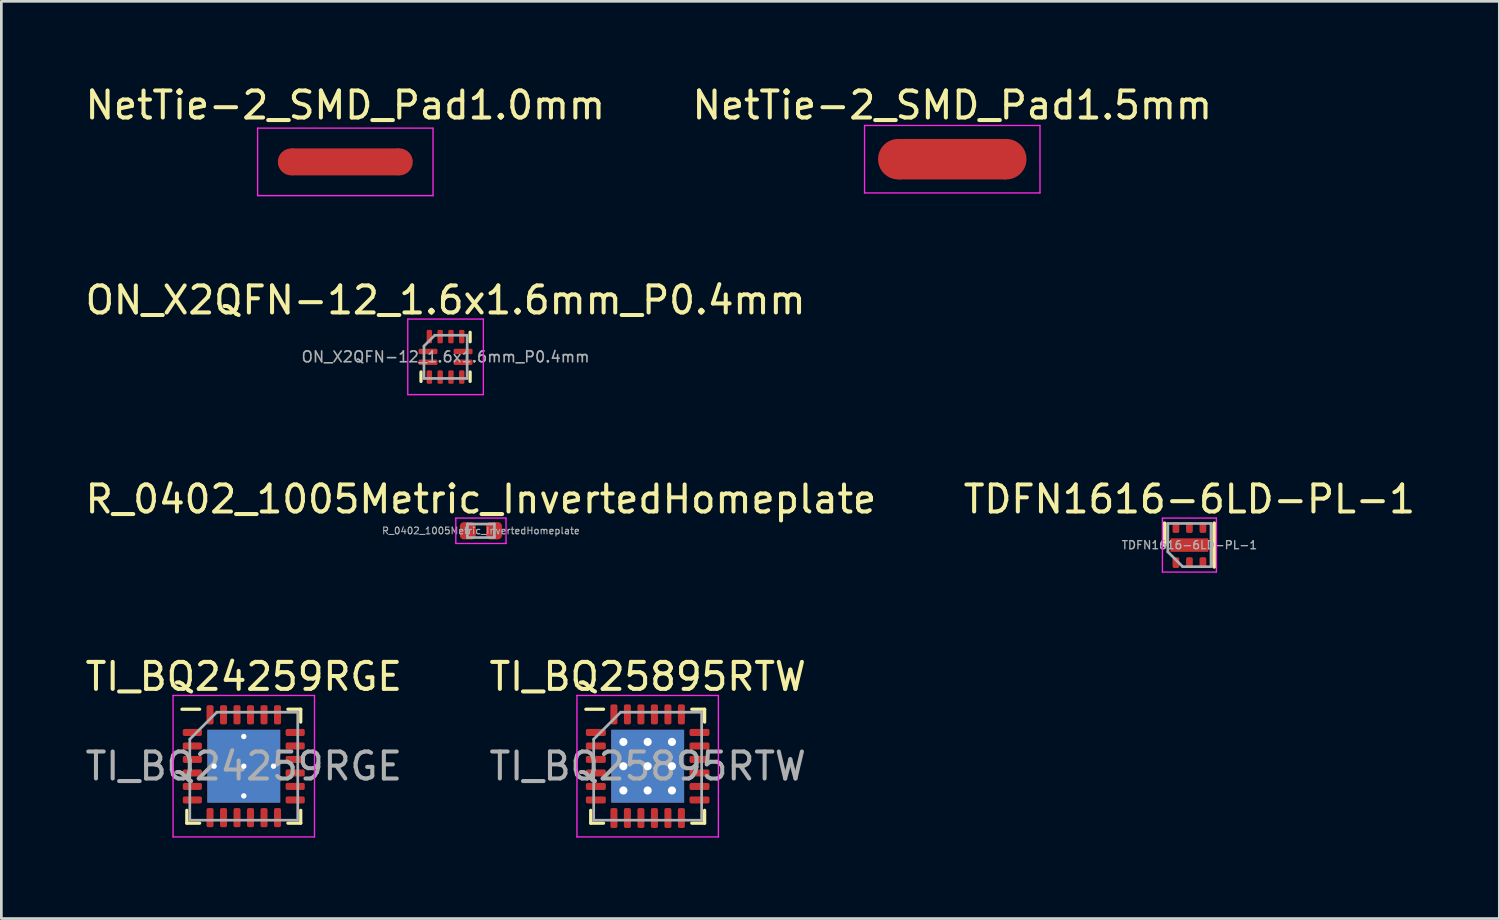
<source format=kicad_pcb>
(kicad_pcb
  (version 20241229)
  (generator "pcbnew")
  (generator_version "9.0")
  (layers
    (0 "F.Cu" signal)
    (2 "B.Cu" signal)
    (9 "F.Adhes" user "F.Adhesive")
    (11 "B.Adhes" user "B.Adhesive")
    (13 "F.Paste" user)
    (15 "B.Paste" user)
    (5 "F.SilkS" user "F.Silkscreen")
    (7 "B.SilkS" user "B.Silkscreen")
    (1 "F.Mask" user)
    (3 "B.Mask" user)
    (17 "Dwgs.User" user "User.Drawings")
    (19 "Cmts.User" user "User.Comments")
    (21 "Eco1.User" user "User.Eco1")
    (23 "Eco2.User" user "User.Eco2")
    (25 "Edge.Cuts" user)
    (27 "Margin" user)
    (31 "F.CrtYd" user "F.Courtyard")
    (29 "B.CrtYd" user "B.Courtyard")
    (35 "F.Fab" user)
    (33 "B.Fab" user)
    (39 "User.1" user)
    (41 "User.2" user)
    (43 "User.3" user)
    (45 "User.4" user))
  (footprint "R_0402_1005Metric_InvertedHomeplate"
    (layer "F.Cu")
    (at 14.768 16.615)
    (property "Reference" "R_0402_1005Metric_InvertedHomeplate" (at 0 -1.17 0) (layer "F.SilkS") (effects (font (size 1 1) (thickness 0.15))))
    (attr smd)
    (fp_line (start -0.93 -0.47) (end 0.93 -0.47) (stroke (width 0.05) (type solid)) (layer "F.CrtYd"))
    (fp_line (start -0.93 0.47) (end -0.93 -0.47) (stroke (width 0.05) (type solid)) (layer "F.CrtYd"))
    (fp_line (start 0.93 -0.47) (end 0.93 0.47) (stroke (width 0.05) (type solid)) (layer "F.CrtYd"))
    (fp_line (start 0.93 0.47) (end -0.93 0.47) (stroke (width 0.05) (type solid)) (layer "F.CrtYd"))
    (fp_line (start -0.5 -0.25) (end 0.5 -0.25) (stroke (width 0.1) (type solid)) (layer "F.Fab"))
    (fp_line (start -0.5 0.25) (end -0.5 -0.25) (stroke (width 0.1) (type solid)) (layer "F.Fab"))
    (fp_line (start 0.5 -0.25) (end 0.5 0.25) (stroke (width 0.1) (type solid)) (layer "F.Fab"))
    (fp_line (start 0.5 0.25) (end -0.5 0.25) (stroke (width 0.1) (type solid)) (layer "F.Fab"))
    (fp_text user "${REFERENCE}" (at 0 0 0) (layer "F.Fab") (effects (font (size 0.25 0.25) (thickness 0.04))))
    (pad "" smd custom (at -0.485 0) (size 0.1 0.1) (layers "F.Paste") (options (anchor rect)) (primitives (gr_poly (pts (xy 0.098 0) (xy 0.243 0.236) (xy 0.147 0.32) (xy -0.147 0.32) (xy -0.295 0.172) (xy -0.295 -0.172) (xy -0.147 -0.32) (xy 0.147 -0.32) (xy 0.243 -0.236)) (width 0) (fill yes)) (gr_arc (start 0.1475 -0.2768) (mid 0.178342 -0.272136) (end 0.206426 -0.258559) (width 0.0864)) (gr_arc (start 0.206426 0.258559) (mid 0.178342 0.272135) (end 0.1475 0.2768) (width 0.0864)) (gr_arc (start -0.2518 -0.1725) (mid -0.221251 -0.246251) (end -0.1475 -0.2768) (width 0.0864)) (gr_arc (start -0.1475 0.2768) (mid -0.221251 0.246251) (end -0.2518 0.1725) (width 0.0864))))
    (pad "" smd custom (at 0.485 0 180) (size 0.1 0.1) (layers "F.Paste") (options (anchor rect)) (primitives (gr_poly (pts (xy 0.098 0) (xy 0.243 0.236) (xy 0.147 0.32) (xy -0.147 0.32) (xy -0.295 0.172) (xy -0.295 -0.172) (xy -0.147 -0.32) (xy 0.147 -0.32) (xy 0.243 -0.236)) (width 0) (fill yes)) (gr_arc (start 0.1475 -0.2768) (mid 0.178342 -0.272136) (end 0.206426 -0.258559) (width 0.0864)) (gr_arc (start 0.206426 0.258559) (mid 0.178342 0.272135) (end 0.1475 0.2768) (width 0.0864)) (gr_arc (start -0.2518 -0.1725) (mid -0.221251 -0.246251) (end -0.1475 -0.2768) (width 0.0864)) (gr_arc (start -0.1475 0.2768) (mid -0.221251 0.246251) (end -0.2518 0.1725) (width 0.0864))))
    (pad "1" smd roundrect (at -0.485 0) (size 0.59 0.64) (layers "F.Cu" "F.Mask") (roundrect_rratio 0.25))
    (pad "2" smd roundrect (at 0.485 0) (size 0.59 0.64) (layers "F.Cu" "F.Mask") (roundrect_rratio 0.25)))
  (footprint "NetTie-2_SMD_Pad1.5mm"
    (layer "F.Cu")
    (at 32.232 2.848)
    (property "Reference" "NetTie-2_SMD_Pad1.5mm" (at 0 -2 0) (layer "F.SilkS") (effects (font (size 1 1) (thickness 0.15))))
    (attr exclude_from_pos_files exclude_from_bom)
    (fp_poly (pts (xy -2 -0.75) (xy 2 -0.75) (xy 2 0.75) (xy -2 0.75)) (stroke (width 0) (type solid)) (fill yes) (layer "F.Cu"))
    (fp_line (start -3.25 -1.25) (end 3.25 -1.25) (stroke (width 0.05) (type solid)) (layer "F.CrtYd"))
    (fp_line (start -3.25 1.25) (end -3.25 -1.25) (stroke (width 0.05) (type solid)) (layer "F.CrtYd"))
    (fp_line (start 3.25 -1.25) (end 3.25 1.25) (stroke (width 0.05) (type solid)) (layer "F.CrtYd"))
    (fp_line (start 3.25 1.25) (end -3.25 1.25) (stroke (width 0.05) (type solid)) (layer "F.CrtYd"))
    (pad "1" smd circle (at -2 0) (size 1.5 1.5) (layers "F.Cu"))
    (pad "2" smd circle (at 2 0) (size 1.5 1.5) (layers "F.Cu")))
  (footprint "NetTie-2_SMD_Pad1.0mm"
    (layer "F.Cu")
    (at 9.744 2.948)
    (property "Reference" "NetTie-2_SMD_Pad1.0mm" (at 0 -2.1 0) (layer "F.SilkS") (effects (font (size 1 1) (thickness 0.15))))
    (attr exclude_from_pos_files exclude_from_bom)
    (fp_poly (pts (xy -2 -0.5) (xy 2 -0.5) (xy 2 0.5) (xy -2 0.5)) (stroke (width 0) (type solid)) (fill yes) (layer "F.Cu"))
    (fp_line (start -3.25 -1.25) (end 3.25 -1.25) (stroke (width 0.05) (type solid)) (layer "F.CrtYd"))
    (fp_line (start -3.25 1.25) (end -3.25 -1.25) (stroke (width 0.05) (type solid)) (layer "F.CrtYd"))
    (fp_line (start 3.25 -1.25) (end 3.25 1.25) (stroke (width 0.05) (type solid)) (layer "F.CrtYd"))
    (fp_line (start 3.25 1.25) (end -3.25 1.25) (stroke (width 0.05) (type solid)) (layer "F.CrtYd"))
    (pad "1" smd circle (at -2 0) (size 1 1) (layers "F.Cu"))
    (pad "2" smd circle (at 2 0) (size 1 1) (layers "F.Cu")))
  (footprint "TI_BQ24259RGE"
    (layer "F.Cu")
    (at 5.982 25.338)
    (property "Reference" "TI_BQ24259RGE" (at 0 -3.32 0) (layer "F.SilkS") (effects (font (size 1 1) (thickness 0.15))))
    (attr smd)
    (fp_line (start -2.11 2.11) (end -2.11 1.635) (stroke (width 0.12) (type solid)) (layer "F.SilkS"))
    (fp_line (start -1.635 -2.11) (end -2.29 -2.11) (stroke (width 0.12) (type solid)) (layer "F.SilkS"))
    (fp_line (start -1.635 2.11) (end -2.11 2.11) (stroke (width 0.12) (type solid)) (layer "F.SilkS"))
    (fp_line (start 1.635 -2.11) (end 2.11 -2.11) (stroke (width 0.12) (type solid)) (layer "F.SilkS"))
    (fp_line (start 1.635 2.11) (end 2.11 2.11) (stroke (width 0.12) (type solid)) (layer "F.SilkS"))
    (fp_line (start 2.11 -2.11) (end 2.11 -1.635) (stroke (width 0.12) (type solid)) (layer "F.SilkS"))
    (fp_line (start 2.11 2.11) (end 2.11 1.635) (stroke (width 0.12) (type solid)) (layer "F.SilkS"))
    (fp_line (start -2.62 -2.62) (end -2.62 2.62) (stroke (width 0.05) (type solid)) (layer "F.CrtYd"))
    (fp_line (start -2.62 2.62) (end 2.62 2.62) (stroke (width 0.05) (type solid)) (layer "F.CrtYd"))
    (fp_line (start 2.62 -2.62) (end -2.62 -2.62) (stroke (width 0.05) (type solid)) (layer "F.CrtYd"))
    (fp_line (start 2.62 2.62) (end 2.62 -2.62) (stroke (width 0.05) (type solid)) (layer "F.CrtYd"))
    (fp_line (start -2 -1) (end -1 -2) (stroke (width 0.1) (type solid)) (layer "F.Fab"))
    (fp_line (start -2 2) (end -2 -1) (stroke (width 0.1) (type solid)) (layer "F.Fab"))
    (fp_line (start -1 -2) (end 2 -2) (stroke (width 0.1) (type solid)) (layer "F.Fab"))
    (fp_line (start 2 -2) (end 2 2) (stroke (width 0.1) (type solid)) (layer "F.Fab"))
    (fp_line (start 2 2) (end -2 2) (stroke (width 0.1) (type solid)) (layer "F.Fab"))
    (fp_text user "${REFERENCE}" (at 0 0 0) (layer "F.Fab") (effects (font (size 1 1) (thickness 0.15))))
    (pad "" smd rect (at -0.68 -0.68) (size 0.96 0.96) (layers "F.Paste"))
    (pad "" smd rect (at -0.68 0.68) (size 0.96 0.96) (layers "F.Paste"))
    (pad "" smd rect (at 0.68 -0.68) (size 0.96 0.96) (layers "F.Paste"))
    (pad "" smd rect (at 0.68 0.68) (size 0.96 0.96) (layers "F.Paste"))
    (pad "1" smd roundrect (at -1.905 -1.25) (size 0.71 0.26) (layers "F.Cu" "F.Mask" "F.Paste") (roundrect_rratio 0.25))
    (pad "2" smd roundrect (at -1.905 -0.75) (size 0.71 0.26) (layers "F.Cu" "F.Mask" "F.Paste") (roundrect_rratio 0.25))
    (pad "3" smd roundrect (at -1.905 -0.25) (size 0.71 0.26) (layers "F.Cu" "F.Mask" "F.Paste") (roundrect_rratio 0.25))
    (pad "4" smd roundrect (at -1.905 0.25) (size 0.71 0.26) (layers "F.Cu" "F.Mask" "F.Paste") (roundrect_rratio 0.25))
    (pad "5" smd roundrect (at -1.905 0.75) (size 0.71 0.26) (layers "F.Cu" "F.Mask" "F.Paste") (roundrect_rratio 0.25))
    (pad "6" smd roundrect (at -1.905 1.25) (size 0.71 0.26) (layers "F.Cu" "F.Mask" "F.Paste") (roundrect_rratio 0.25))
    (pad "7" smd roundrect (at -1.25 1.905) (size 0.26 0.71) (layers "F.Cu" "F.Mask" "F.Paste") (roundrect_rratio 0.25))
    (pad "8" smd roundrect (at -0.75 1.905) (size 0.26 0.71) (layers "F.Cu" "F.Mask" "F.Paste") (roundrect_rratio 0.25))
    (pad "9" smd roundrect (at -0.25 1.905) (size 0.26 0.71) (layers "F.Cu" "F.Mask" "F.Paste") (roundrect_rratio 0.25))
    (pad "10" smd roundrect (at 0.25 1.905) (size 0.26 0.71) (layers "F.Cu" "F.Mask" "F.Paste") (roundrect_rratio 0.25))
    (pad "11" smd roundrect (at 0.75 1.905) (size 0.26 0.71) (layers "F.Cu" "F.Mask" "F.Paste") (roundrect_rratio 0.25))
    (pad "12" smd roundrect (at 1.25 1.905) (size 0.26 0.71) (layers "F.Cu" "F.Mask" "F.Paste") (roundrect_rratio 0.25))
    (pad "13" smd roundrect (at 1.905 1.25) (size 0.71 0.26) (layers "F.Cu" "F.Mask" "F.Paste") (roundrect_rratio 0.25))
    (pad "14" smd roundrect (at 1.905 0.75) (size 0.71 0.26) (layers "F.Cu" "F.Mask" "F.Paste") (roundrect_rratio 0.25))
    (pad "15" smd roundrect (at 1.905 0.25) (size 0.71 0.26) (layers "F.Cu" "F.Mask" "F.Paste") (roundrect_rratio 0.25))
    (pad "16" smd roundrect (at 1.905 -0.25) (size 0.71 0.26) (layers "F.Cu" "F.Mask" "F.Paste") (roundrect_rratio 0.25))
    (pad "17" smd roundrect (at 1.905 -0.75) (size 0.71 0.26) (layers "F.Cu" "F.Mask" "F.Paste") (roundrect_rratio 0.25))
    (pad "18" smd roundrect (at 1.905 -1.25) (size 0.71 0.26) (layers "F.Cu" "F.Mask" "F.Paste") (roundrect_rratio 0.25))
    (pad "19" smd roundrect (at 1.25 -1.905) (size 0.26 0.71) (layers "F.Cu" "F.Mask" "F.Paste") (roundrect_rratio 0.25))
    (pad "20" smd roundrect (at 0.75 -1.905) (size 0.26 0.71) (layers "F.Cu" "F.Mask" "F.Paste") (roundrect_rratio 0.25))
    (pad "21" smd roundrect (at 0.25 -1.905) (size 0.26 0.71) (layers "F.Cu" "F.Mask" "F.Paste") (roundrect_rratio 0.25))
    (pad "22" smd roundrect (at -0.25 -1.905) (size 0.26 0.71) (layers "F.Cu" "F.Mask" "F.Paste") (roundrect_rratio 0.25))
    (pad "23" smd roundrect (at -0.75 -1.905) (size 0.26 0.71) (layers "F.Cu" "F.Mask" "F.Paste") (roundrect_rratio 0.25))
    (pad "24" smd roundrect (at -1.25 -1.905) (size 0.26 0.71) (layers "F.Cu" "F.Mask" "F.Paste") (roundrect_rratio 0.25))
    (pad "25" thru_hole circle (at -1.1 0) (size 0.4 0.4) (drill 0.2) (layers "*.Cu"))
    (pad "25" thru_hole circle (at 0 -1.1) (size 0.4 0.4) (drill 0.2) (layers "*.Cu"))
    (pad "25" thru_hole circle (at 0 0) (size 0.4 0.4) (drill 0.2) (layers "*.Cu"))
    (pad "25" smd rect (at 0 0) (size 2.7 2.7) (layers "F.Cu" "F.Mask"))
    (pad "25" smd rect (at 0 0) (size 2.7 2.7) (layers "B.Cu"))
    (pad "25" thru_hole circle (at 0 1.1) (size 0.4 0.4) (drill 0.2) (layers "*.Cu"))
    (pad "25" thru_hole circle (at 1.1 0) (size 0.4 0.4) (drill 0.2) (layers "*.Cu")))
  (footprint "ON_X2QFN-12_1.6x1.6mm_P0.4mm"
    (layer "F.Cu")
    (at 13.458 10.171)
    (property "Reference" "ON_X2QFN-12_1.6x1.6mm_P0.4mm" (at 0 -2.1 0) (layer "F.SilkS") (effects (font (size 1 1) (thickness 0.15))))
    (attr smd)
    (fp_line (start -0.91 0.91) (end -0.91 0.56) (stroke (width 0.12) (type solid)) (layer "F.SilkS"))
    (fp_line (start 0.91 -0.91) (end 0.91 -0.56) (stroke (width 0.12) (type solid)) (layer "F.SilkS"))
    (fp_line (start 0.91 0.91) (end 0.91 0.56) (stroke (width 0.12) (type solid)) (layer "F.SilkS"))
    (fp_line (start -1.4 -1.4) (end -1.4 1.4) (stroke (width 0.05) (type solid)) (layer "F.CrtYd"))
    (fp_line (start -1.4 1.4) (end 1.4 1.4) (stroke (width 0.05) (type solid)) (layer "F.CrtYd"))
    (fp_line (start 1.4 -1.4) (end -1.4 -1.4) (stroke (width 0.05) (type solid)) (layer "F.CrtYd"))
    (fp_line (start 1.4 1.4) (end 1.4 -1.4) (stroke (width 0.05) (type solid)) (layer "F.CrtYd"))
    (fp_line (start -0.8 -0.4) (end -0.4 -0.8) (stroke (width 0.1) (type solid)) (layer "F.Fab"))
    (fp_line (start -0.8 0.8) (end -0.8 -0.4) (stroke (width 0.1) (type solid)) (layer "F.Fab"))
    (fp_line (start -0.4 -0.8) (end 0.8 -0.8) (stroke (width 0.1) (type solid)) (layer "F.Fab"))
    (fp_line (start 0.8 -0.8) (end 0.8 0.8) (stroke (width 0.1) (type solid)) (layer "F.Fab"))
    (fp_line (start 0.8 0.8) (end -0.8 0.8) (stroke (width 0.1) (type solid)) (layer "F.Fab"))
    (fp_text user "${REFERENCE}" (at 0 0 0) (layer "F.Fab") (effects (font (size 0.4 0.4) (thickness 0.06))))
    (pad "1" smd roundrect (at -0.65 -0.2) (size 0.7 0.2) (layers "F.Cu" "F.Mask" "F.Paste") (roundrect_rratio 0.25))
    (pad "2" smd roundrect (at -0.65 0.2) (size 0.7 0.2) (layers "F.Cu" "F.Mask" "F.Paste") (roundrect_rratio 0.25))
    (pad "3" smd roundrect (at -0.6 0.75) (size 0.2 0.5) (layers "F.Cu" "F.Mask" "F.Paste") (roundrect_rratio 0.25))
    (pad "4" smd roundrect (at -0.2 0.75) (size 0.2 0.5) (layers "F.Cu" "F.Mask" "F.Paste") (roundrect_rratio 0.25))
    (pad "5" smd roundrect (at 0.2 0.75) (size 0.2 0.5) (layers "F.Cu" "F.Mask" "F.Paste") (roundrect_rratio 0.25))
    (pad "6" smd roundrect (at 0.6 0.75) (size 0.2 0.5) (layers "F.Cu" "F.Mask" "F.Paste") (roundrect_rratio 0.25))
    (pad "7" smd roundrect (at 0.65 0.2) (size 0.7 0.2) (layers "F.Cu" "F.Mask" "F.Paste") (roundrect_rratio 0.25))
    (pad "8" smd roundrect (at 0.65 -0.2) (size 0.7 0.2) (layers "F.Cu" "F.Mask" "F.Paste") (roundrect_rratio 0.25))
    (pad "9" smd roundrect (at 0.6 -0.75) (size 0.2 0.5) (layers "F.Cu" "F.Mask" "F.Paste") (roundrect_rratio 0.25))
    (pad "10" smd roundrect (at 0.2 -0.75) (size 0.2 0.5) (layers "F.Cu" "F.Mask" "F.Paste") (roundrect_rratio 0.25))
    (pad "11" smd roundrect (at -0.2 -0.75) (size 0.2 0.5) (layers "F.Cu" "F.Mask" "F.Paste") (roundrect_rratio 0.25))
    (pad "12" smd roundrect (at -0.6 -0.75) (size 0.2 0.5) (layers "F.Cu" "F.Mask" "F.Paste") (roundrect_rratio 0.25)))
  (footprint "TDFN1616-6LD-PL-1"
    (layer "F.Cu")
    (at 41.018 17.145)
    (property "Reference" "TDFN1616-6LD-PL-1" (at 0 -1.7 0) (layer "F.SilkS") (effects (font (size 1 1) (thickness 0.15))))
    (attr through_hole)
    (fp_line (start -0.92 -0.8) (end -0.92 0) (stroke (width 0.15) (type solid)) (layer "F.SilkS"))
    (fp_line (start 0.92 -0.8) (end 0.92 0.8) (stroke (width 0.15) (type solid)) (layer "F.SilkS"))
    (fp_line (start -1 -1) (end 1 -1) (stroke (width 0.05) (type solid)) (layer "F.CrtYd"))
    (fp_line (start -1 1) (end -1 -1) (stroke (width 0.05) (type solid)) (layer "F.CrtYd"))
    (fp_line (start 1 -1) (end 1 1) (stroke (width 0.05) (type solid)) (layer "F.CrtYd"))
    (fp_line (start 1 1) (end -1 1) (stroke (width 0.05) (type solid)) (layer "F.CrtYd"))
    (fp_line (start -0.8 -0.8) (end 0.8 -0.8) (stroke (width 0.1) (type solid)) (layer "F.Fab"))
    (fp_line (start -0.8 0.25) (end -0.8 -0.8) (stroke (width 0.1) (type solid)) (layer "F.Fab"))
    (fp_line (start -0.25 0.8) (end -0.8 0.25) (stroke (width 0.1) (type solid)) (layer "F.Fab"))
    (fp_line (start 0.8 -0.8) (end 0.8 0.8) (stroke (width 0.1) (type solid)) (layer "F.Fab"))
    (fp_line (start 0.8 0.8) (end -0.25 0.8) (stroke (width 0.1) (type solid)) (layer "F.Fab"))
    (fp_text user "${REFERENCE}" (at 0 0 0) (layer "F.Fab") (effects (font (size 0.3 0.3) (thickness 0.05))))
    (pad "" smd rect (at -0.325 0) (size 0.55 0.3) (layers "F.Paste"))
    (pad "" smd rect (at 0.325 0) (size 0.55 0.3) (layers "F.Paste"))
    (pad "1" smd roundrect (at -0.5 0.65) (size 0.25 0.4) (layers "F.Cu" "F.Mask" "F.Paste") (roundrect_rratio 0.25))
    (pad "2" smd roundrect (at 0 0.65) (size 0.25 0.4) (layers "F.Cu" "F.Mask" "F.Paste") (roundrect_rratio 0.25))
    (pad "3" smd roundrect (at 0.5 0.65) (size 0.25 0.4) (layers "F.Cu" "F.Mask" "F.Paste") (roundrect_rratio 0.25))
    (pad "4" smd roundrect (at 0.5 -0.65) (size 0.25 0.4) (layers "F.Cu" "F.Mask" "F.Paste") (roundrect_rratio 0.25))
    (pad "5" smd roundrect (at 0 -0.65) (size 0.25 0.4) (layers "F.Cu" "F.Mask" "F.Paste") (roundrect_rratio 0.25))
    (pad "6" smd roundrect (at -0.5 -0.65) (size 0.25 0.4) (layers "F.Cu" "F.Mask" "F.Paste") (roundrect_rratio 0.25))
    (pad "7" smd rect (at 0 0) (size 1.4 0.5) (layers "F.Cu" "F.Mask")))
  (footprint "TI_BQ25895RTW"
    (layer "F.Cu")
    (at 20.946 25.338)
    (property "Reference" "TI_BQ25895RTW" (at 0 -3.32 0) (layer "F.SilkS") (effects (font (size 1 1) (thickness 0.15))))
    (attr smd)
    (fp_line (start -2.11 2.11) (end -2.11 1.635) (stroke (width 0.12) (type solid)) (layer "F.SilkS"))
    (fp_line (start -1.635 -2.11) (end -2.29 -2.11) (stroke (width 0.12) (type solid)) (layer "F.SilkS"))
    (fp_line (start -1.635 2.11) (end -2.11 2.11) (stroke (width 0.12) (type solid)) (layer "F.SilkS"))
    (fp_line (start 1.635 -2.11) (end 2.11 -2.11) (stroke (width 0.12) (type solid)) (layer "F.SilkS"))
    (fp_line (start 1.635 2.11) (end 2.11 2.11) (stroke (width 0.12) (type solid)) (layer "F.SilkS"))
    (fp_line (start 2.11 -2.11) (end 2.11 -1.635) (stroke (width 0.12) (type solid)) (layer "F.SilkS"))
    (fp_line (start 2.11 2.11) (end 2.11 1.635) (stroke (width 0.12) (type solid)) (layer "F.SilkS"))
    (fp_line (start -2.62 -2.62) (end -2.62 2.62) (stroke (width 0.05) (type solid)) (layer "F.CrtYd"))
    (fp_line (start -2.62 2.62) (end 2.62 2.62) (stroke (width 0.05) (type solid)) (layer "F.CrtYd"))
    (fp_line (start 2.62 -2.62) (end -2.62 -2.62) (stroke (width 0.05) (type solid)) (layer "F.CrtYd"))
    (fp_line (start 2.62 2.62) (end 2.62 -2.62) (stroke (width 0.05) (type solid)) (layer "F.CrtYd"))
    (fp_line (start -2 -1) (end -1 -2) (stroke (width 0.1) (type solid)) (layer "F.Fab"))
    (fp_line (start -2 2) (end -2 -1) (stroke (width 0.1) (type solid)) (layer "F.Fab"))
    (fp_line (start -1 -2) (end 2 -2) (stroke (width 0.1) (type solid)) (layer "F.Fab"))
    (fp_line (start 2 -2) (end 2 2) (stroke (width 0.1) (type solid)) (layer "F.Fab"))
    (fp_line (start 2 2) (end -2 2) (stroke (width 0.1) (type solid)) (layer "F.Fab"))
    (fp_text user "${REFERENCE}" (at 0 0 0) (layer "F.Fab") (effects (font (size 1 1) (thickness 0.15))))
    (pad "" smd rect (at -0.68 -0.68) (size 0.96 0.96) (layers "F.Paste"))
    (pad "" smd rect (at -0.68 0.68) (size 0.96 0.96) (layers "F.Paste"))
    (pad "" smd rect (at 0.68 -0.68) (size 0.96 0.96) (layers "F.Paste"))
    (pad "" smd rect (at 0.68 0.68) (size 0.96 0.96) (layers "F.Paste"))
    (pad "1" smd roundrect (at -1.92 -1.25) (size 0.74 0.26) (layers "F.Cu" "F.Mask" "F.Paste") (roundrect_rratio 0.25))
    (pad "2" smd roundrect (at -1.92 -0.75) (size 0.74 0.26) (layers "F.Cu" "F.Mask" "F.Paste") (roundrect_rratio 0.25))
    (pad "3" smd roundrect (at -1.92 -0.25) (size 0.74 0.26) (layers "F.Cu" "F.Mask" "F.Paste") (roundrect_rratio 0.25))
    (pad "4" smd roundrect (at -1.92 0.25) (size 0.74 0.26) (layers "F.Cu" "F.Mask" "F.Paste") (roundrect_rratio 0.25))
    (pad "5" smd roundrect (at -1.92 0.75) (size 0.74 0.26) (layers "F.Cu" "F.Mask" "F.Paste") (roundrect_rratio 0.25))
    (pad "6" smd roundrect (at -1.92 1.25) (size 0.74 0.26) (layers "F.Cu" "F.Mask" "F.Paste") (roundrect_rratio 0.25))
    (pad "7" smd roundrect (at -1.25 1.92) (size 0.26 0.74) (layers "F.Cu" "F.Mask" "F.Paste") (roundrect_rratio 0.25))
    (pad "8" smd roundrect (at -0.75 1.92) (size 0.26 0.74) (layers "F.Cu" "F.Mask" "F.Paste") (roundrect_rratio 0.25))
    (pad "9" smd roundrect (at -0.25 1.92) (size 0.26 0.74) (layers "F.Cu" "F.Mask" "F.Paste") (roundrect_rratio 0.25))
    (pad "10" smd roundrect (at 0.25 1.92) (size 0.26 0.74) (layers "F.Cu" "F.Mask" "F.Paste") (roundrect_rratio 0.25))
    (pad "11" smd roundrect (at 0.75 1.92) (size 0.26 0.74) (layers "F.Cu" "F.Mask" "F.Paste") (roundrect_rratio 0.25))
    (pad "12" smd roundrect (at 1.25 1.92) (size 0.26 0.74) (layers "F.Cu" "F.Mask" "F.Paste") (roundrect_rratio 0.25))
    (pad "13" smd roundrect (at 1.92 1.25) (size 0.74 0.26) (layers "F.Cu" "F.Mask" "F.Paste") (roundrect_rratio 0.25))
    (pad "14" smd roundrect (at 1.92 0.75) (size 0.74 0.26) (layers "F.Cu" "F.Mask" "F.Paste") (roundrect_rratio 0.25))
    (pad "15" smd roundrect (at 1.92 0.25) (size 0.74 0.26) (layers "F.Cu" "F.Mask" "F.Paste") (roundrect_rratio 0.25))
    (pad "16" smd roundrect (at 1.92 -0.25) (size 0.74 0.26) (layers "F.Cu" "F.Mask" "F.Paste") (roundrect_rratio 0.25))
    (pad "17" smd roundrect (at 1.92 -0.75) (size 0.74 0.26) (layers "F.Cu" "F.Mask" "F.Paste") (roundrect_rratio 0.25))
    (pad "18" smd roundrect (at 1.92 -1.25) (size 0.74 0.26) (layers "F.Cu" "F.Mask" "F.Paste") (roundrect_rratio 0.25))
    (pad "19" smd roundrect (at 1.25 -1.92) (size 0.26 0.74) (layers "F.Cu" "F.Mask" "F.Paste") (roundrect_rratio 0.25))
    (pad "20" smd roundrect (at 0.75 -1.92) (size 0.26 0.74) (layers "F.Cu" "F.Mask" "F.Paste") (roundrect_rratio 0.25))
    (pad "21" smd roundrect (at 0.25 -1.92) (size 0.26 0.74) (layers "F.Cu" "F.Mask" "F.Paste") (roundrect_rratio 0.25))
    (pad "22" smd roundrect (at -0.25 -1.92) (size 0.26 0.74) (layers "F.Cu" "F.Mask" "F.Paste") (roundrect_rratio 0.25))
    (pad "23" smd roundrect (at -0.75 -1.92) (size 0.26 0.74) (layers "F.Cu" "F.Mask" "F.Paste") (roundrect_rratio 0.25))
    (pad "24" smd roundrect (at -1.25 -1.92) (size 0.26 0.74) (layers "F.Cu" "F.Mask" "F.Paste") (roundrect_rratio 0.25))
    (pad "25" thru_hole circle (at -0.9 -0.9) (size 0.5 0.5) (drill 0.3) (layers "*.Cu"))
    (pad "25" thru_hole circle (at -0.9 0) (size 0.5 0.5) (drill 0.3) (layers "*.Cu"))
    (pad "25" thru_hole circle (at -0.9 0.9) (size 0.5 0.5) (drill 0.3) (layers "*.Cu"))
    (pad "25" thru_hole circle (at 0 -0.9) (size 0.5 0.5) (drill 0.3) (layers "*.Cu"))
    (pad "25" thru_hole circle (at 0 0) (size 0.5 0.5) (drill 0.3) (layers "*.Cu"))
    (pad "25" smd rect (at 0 0) (size 2.7 2.7) (layers "F.Cu" "F.Mask"))
    (pad "25" smd rect (at 0 0) (size 2.7 2.7) (layers "B.Cu"))
    (pad "25" thru_hole circle (at 0 0.9) (size 0.5 0.5) (drill 0.3) (layers "*.Cu"))
    (pad "25" thru_hole circle (at 0.9 -0.9) (size 0.5 0.5) (drill 0.3) (layers "*.Cu"))
    (pad "25" thru_hole circle (at 0.9 0) (size 0.5 0.5) (drill 0.3) (layers "*.Cu"))
    (pad "25" thru_hole circle (at 0.9 0.9) (size 0.5 0.5) (drill 0.3) (layers "*.Cu")))
  (gr_rect
    (start -3 -3)
    (end 52.5 30.983)
    (stroke (width 0.1) (type default))
    (fill no)
    (layer "Edge.Cuts")))
</source>
